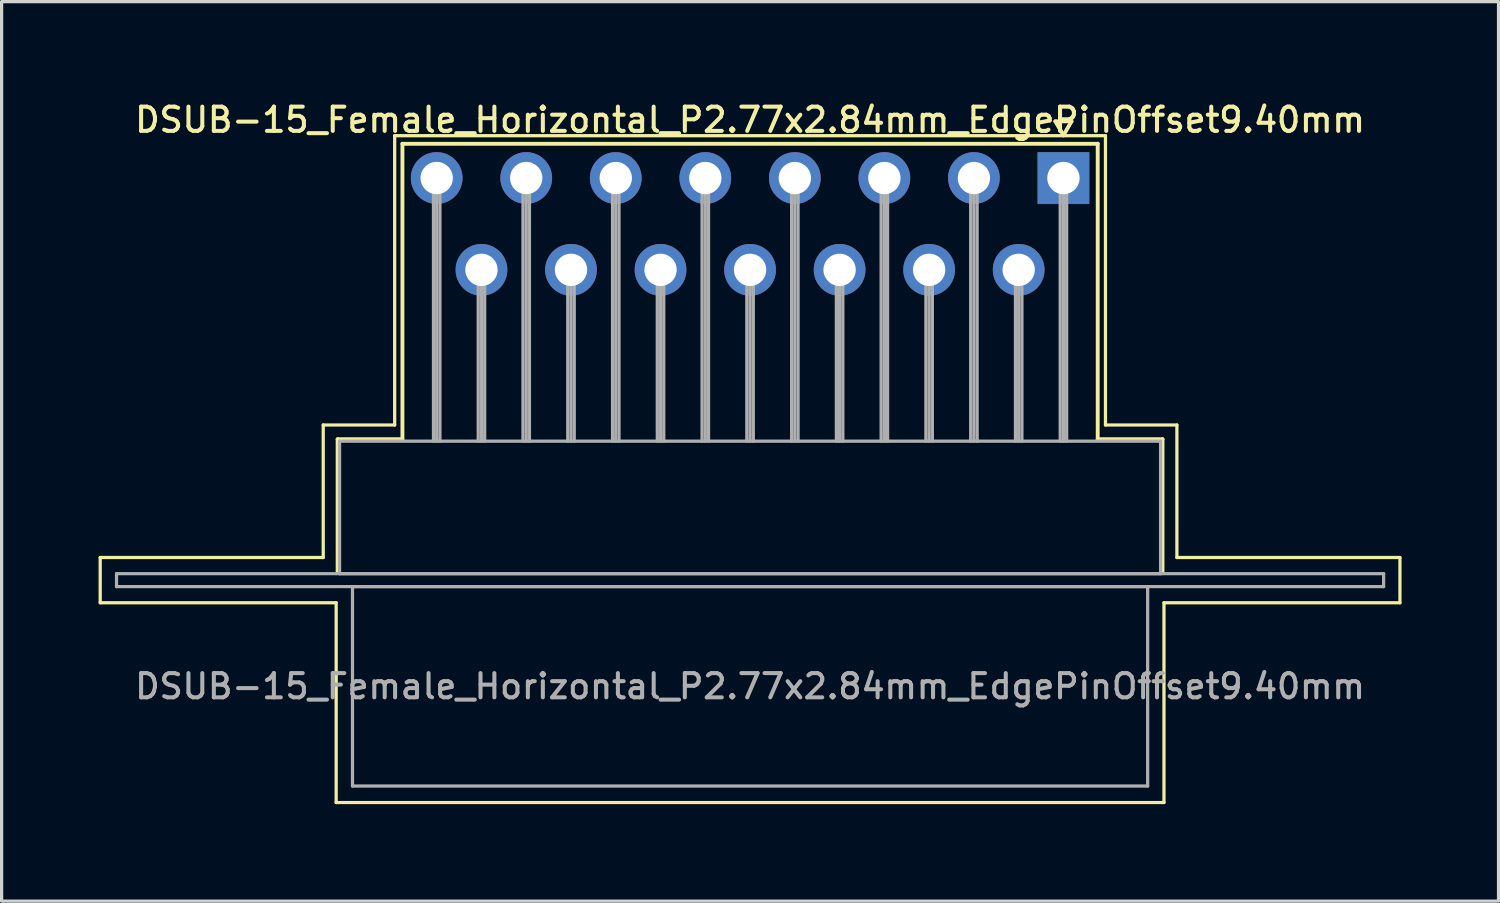
<source format=kicad_pcb>
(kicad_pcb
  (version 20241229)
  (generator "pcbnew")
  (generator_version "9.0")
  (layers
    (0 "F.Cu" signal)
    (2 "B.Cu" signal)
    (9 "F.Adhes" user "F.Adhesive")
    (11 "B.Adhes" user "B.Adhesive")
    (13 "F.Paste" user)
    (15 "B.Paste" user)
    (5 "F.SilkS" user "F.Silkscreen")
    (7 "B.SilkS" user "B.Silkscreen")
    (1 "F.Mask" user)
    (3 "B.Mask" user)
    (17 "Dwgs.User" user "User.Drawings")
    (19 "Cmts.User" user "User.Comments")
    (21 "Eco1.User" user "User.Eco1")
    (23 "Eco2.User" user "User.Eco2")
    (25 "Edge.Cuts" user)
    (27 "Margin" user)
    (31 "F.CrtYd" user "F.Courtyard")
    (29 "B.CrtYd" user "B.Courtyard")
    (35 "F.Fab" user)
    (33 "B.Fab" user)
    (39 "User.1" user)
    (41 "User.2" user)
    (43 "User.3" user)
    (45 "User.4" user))
  (footprint "DSUB-15_Female_Horizontal_P2.77x2.84mm_EdgePinOffset9.40mm"
    (layer "F.Cu")
    (at 29.85 2.458)
    (property "Reference" "DSUB-15_Female_Horizontal_P2.77x2.84mm_EdgePinOffset9.40mm" (at -9.695 -1.8 0) (layer "F.SilkS") (effects (font (size 0.75 0.75) (thickness 0.125))))
    (attr through_hole)
    (fp_line (start -29.8 11.74) (end -22.9 11.74) (stroke (width 0.1) (type solid)) (layer "F.SilkS"))
    (fp_line (start -29.8 13.14) (end -29.8 11.74) (stroke (width 0.1) (type solid)) (layer "F.SilkS"))
    (fp_line (start -22.9 7.64) (end -20.69 7.64) (stroke (width 0.1) (type solid)) (layer "F.SilkS"))
    (fp_line (start -22.9 11.74) (end -22.9 7.64) (stroke (width 0.1) (type solid)) (layer "F.SilkS"))
    (fp_line (start -22.5 13.14) (end -29.8 13.14) (stroke (width 0.1) (type solid)) (layer "F.SilkS"))
    (fp_line (start -22.5 19.32) (end -22.5 13.14) (stroke (width 0.1) (type solid)) (layer "F.SilkS"))
    (fp_line (start -22.455 8.08) (end -20.45 8.08) (stroke (width 0.12) (type solid)) (layer "F.SilkS"))
    (fp_line (start -22.455 12.18) (end -22.455 8.08) (stroke (width 0.12) (type solid)) (layer "F.SilkS"))
    (fp_line (start -20.69 -1.31) (end 1.3 -1.31) (stroke (width 0.1) (type solid)) (layer "F.SilkS"))
    (fp_line (start -20.69 7.64) (end -20.69 -1.31) (stroke (width 0.1) (type solid)) (layer "F.SilkS"))
    (fp_line (start -20.45 -1.06) (end 1.06 -1.06) (stroke (width 0.12) (type solid)) (layer "F.SilkS"))
    (fp_line (start -20.45 8.08) (end -20.45 -1.06) (stroke (width 0.12) (type solid)) (layer "F.SilkS"))
    (fp_line (start -0.25 -1.754) (end 0.25 -1.754) (stroke (width 0.12) (type solid)) (layer "F.SilkS"))
    (fp_line (start 0 -1.321) (end -0.25 -1.754) (stroke (width 0.12) (type solid)) (layer "F.SilkS"))
    (fp_line (start 0.25 -1.754) (end 0 -1.321) (stroke (width 0.12) (type solid)) (layer "F.SilkS"))
    (fp_line (start 1.06 -1.06) (end 1.06 8.08) (stroke (width 0.12) (type solid)) (layer "F.SilkS"))
    (fp_line (start 1.06 8.08) (end 3.065 8.08) (stroke (width 0.12) (type solid)) (layer "F.SilkS"))
    (fp_line (start 1.3 -1.31) (end 1.3 7.64) (stroke (width 0.1) (type solid)) (layer "F.SilkS"))
    (fp_line (start 1.3 7.64) (end 3.51 7.64) (stroke (width 0.1) (type solid)) (layer "F.SilkS"))
    (fp_line (start 3.065 8.08) (end 3.065 12.18) (stroke (width 0.12) (type solid)) (layer "F.SilkS"))
    (fp_line (start 3.11 13.14) (end 3.11 19.32) (stroke (width 0.1) (type solid)) (layer "F.SilkS"))
    (fp_line (start 3.11 19.32) (end -22.5 19.32) (stroke (width 0.1) (type solid)) (layer "F.SilkS"))
    (fp_line (start 3.51 7.64) (end 3.51 11.74) (stroke (width 0.1) (type solid)) (layer "F.SilkS"))
    (fp_line (start 3.51 11.74) (end 10.41 11.74) (stroke (width 0.1) (type solid)) (layer "F.SilkS"))
    (fp_line (start 10.41 11.74) (end 10.41 13.14) (stroke (width 0.1) (type solid)) (layer "F.SilkS"))
    (fp_line (start 10.41 13.14) (end 3.11 13.14) (stroke (width 0.1) (type solid)) (layer "F.SilkS"))
    (fp_line (start -29.295 12.24) (end -29.295 12.64) (stroke (width 0.1) (type solid)) (layer "F.Fab"))
    (fp_line (start -29.295 12.64) (end 9.905 12.64) (stroke (width 0.1) (type solid)) (layer "F.Fab"))
    (fp_line (start -22.395 8.14) (end -22.395 12.24) (stroke (width 0.1) (type solid)) (layer "F.Fab"))
    (fp_line (start -22.395 12.24) (end 3.005 12.24) (stroke (width 0.1) (type solid)) (layer "F.Fab"))
    (fp_line (start -21.995 12.64) (end -21.995 18.81) (stroke (width 0.1) (type solid)) (layer "F.Fab"))
    (fp_line (start -21.995 18.81) (end 2.605 18.81) (stroke (width 0.1) (type solid)) (layer "F.Fab"))
    (fp_line (start -19.49 0) (end -19.49 8.14) (stroke (width 0.1) (type solid)) (layer "F.Fab"))
    (fp_line (start -19.39 0) (end -19.39 8.14) (stroke (width 0.1) (type solid)) (layer "F.Fab"))
    (fp_line (start -19.29 0) (end -19.29 8.14) (stroke (width 0.1) (type solid)) (layer "F.Fab"))
    (fp_line (start -18.105 2.84) (end -18.105 8.14) (stroke (width 0.1) (type solid)) (layer "F.Fab"))
    (fp_line (start -18.005 2.84) (end -18.005 8.14) (stroke (width 0.1) (type solid)) (layer "F.Fab"))
    (fp_line (start -17.905 2.84) (end -17.905 8.14) (stroke (width 0.1) (type solid)) (layer "F.Fab"))
    (fp_line (start -16.72 0) (end -16.72 8.14) (stroke (width 0.1) (type solid)) (layer "F.Fab"))
    (fp_line (start -16.62 0) (end -16.62 8.14) (stroke (width 0.1) (type solid)) (layer "F.Fab"))
    (fp_line (start -16.52 0) (end -16.52 8.14) (stroke (width 0.1) (type solid)) (layer "F.Fab"))
    (fp_line (start -15.335 2.84) (end -15.335 8.14) (stroke (width 0.1) (type solid)) (layer "F.Fab"))
    (fp_line (start -15.235 2.84) (end -15.235 8.14) (stroke (width 0.1) (type solid)) (layer "F.Fab"))
    (fp_line (start -15.135 2.84) (end -15.135 8.14) (stroke (width 0.1) (type solid)) (layer "F.Fab"))
    (fp_line (start -13.95 0) (end -13.95 8.14) (stroke (width 0.1) (type solid)) (layer "F.Fab"))
    (fp_line (start -13.85 0) (end -13.85 8.14) (stroke (width 0.1) (type solid)) (layer "F.Fab"))
    (fp_line (start -13.75 0) (end -13.75 8.14) (stroke (width 0.1) (type solid)) (layer "F.Fab"))
    (fp_line (start -12.565 2.84) (end -12.565 8.14) (stroke (width 0.1) (type solid)) (layer "F.Fab"))
    (fp_line (start -12.465 2.84) (end -12.465 8.14) (stroke (width 0.1) (type solid)) (layer "F.Fab"))
    (fp_line (start -12.365 2.84) (end -12.365 8.14) (stroke (width 0.1) (type solid)) (layer "F.Fab"))
    (fp_line (start -11.18 0) (end -11.18 8.14) (stroke (width 0.1) (type solid)) (layer "F.Fab"))
    (fp_line (start -11.08 0) (end -11.08 8.14) (stroke (width 0.1) (type solid)) (layer "F.Fab"))
    (fp_line (start -10.98 0) (end -10.98 8.14) (stroke (width 0.1) (type solid)) (layer "F.Fab"))
    (fp_line (start -9.795 2.84) (end -9.795 8.14) (stroke (width 0.1) (type solid)) (layer "F.Fab"))
    (fp_line (start -9.695 2.84) (end -9.695 8.14) (stroke (width 0.1) (type solid)) (layer "F.Fab"))
    (fp_line (start -9.595 2.84) (end -9.595 8.14) (stroke (width 0.1) (type solid)) (layer "F.Fab"))
    (fp_line (start -8.41 0) (end -8.41 8.14) (stroke (width 0.1) (type solid)) (layer "F.Fab"))
    (fp_line (start -8.31 0) (end -8.31 8.14) (stroke (width 0.1) (type solid)) (layer "F.Fab"))
    (fp_line (start -8.21 0) (end -8.21 8.14) (stroke (width 0.1) (type solid)) (layer "F.Fab"))
    (fp_line (start -7.025 2.84) (end -7.025 8.14) (stroke (width 0.1) (type solid)) (layer "F.Fab"))
    (fp_line (start -6.925 2.84) (end -6.925 8.14) (stroke (width 0.1) (type solid)) (layer "F.Fab"))
    (fp_line (start -6.825 2.84) (end -6.825 8.14) (stroke (width 0.1) (type solid)) (layer "F.Fab"))
    (fp_line (start -5.64 0) (end -5.64 8.14) (stroke (width 0.1) (type solid)) (layer "F.Fab"))
    (fp_line (start -5.54 0) (end -5.54 8.14) (stroke (width 0.1) (type solid)) (layer "F.Fab"))
    (fp_line (start -5.44 0) (end -5.44 8.14) (stroke (width 0.1) (type solid)) (layer "F.Fab"))
    (fp_line (start -4.255 2.84) (end -4.255 8.14) (stroke (width 0.1) (type solid)) (layer "F.Fab"))
    (fp_line (start -4.155 2.84) (end -4.155 8.14) (stroke (width 0.1) (type solid)) (layer "F.Fab"))
    (fp_line (start -4.055 2.84) (end -4.055 8.14) (stroke (width 0.1) (type solid)) (layer "F.Fab"))
    (fp_line (start -2.87 0) (end -2.87 8.14) (stroke (width 0.1) (type solid)) (layer "F.Fab"))
    (fp_line (start -2.77 0) (end -2.77 8.14) (stroke (width 0.1) (type solid)) (layer "F.Fab"))
    (fp_line (start -2.67 0) (end -2.67 8.14) (stroke (width 0.1) (type solid)) (layer "F.Fab"))
    (fp_line (start -1.485 2.84) (end -1.485 8.14) (stroke (width 0.1) (type solid)) (layer "F.Fab"))
    (fp_line (start -1.385 2.84) (end -1.385 8.14) (stroke (width 0.1) (type solid)) (layer "F.Fab"))
    (fp_line (start -1.285 2.84) (end -1.285 8.14) (stroke (width 0.1) (type solid)) (layer "F.Fab"))
    (fp_line (start -0.1 0) (end -0.1 8.14) (stroke (width 0.1) (type solid)) (layer "F.Fab"))
    (fp_line (start 0 0) (end 0 8.14) (stroke (width 0.1) (type solid)) (layer "F.Fab"))
    (fp_line (start 0.1 0) (end 0.1 8.14) (stroke (width 0.1) (type solid)) (layer "F.Fab"))
    (fp_line (start 2.605 12.64) (end -21.995 12.64) (stroke (width 0.1) (type solid)) (layer "F.Fab"))
    (fp_line (start 2.605 18.81) (end 2.605 12.64) (stroke (width 0.1) (type solid)) (layer "F.Fab"))
    (fp_line (start 3.005 8.14) (end -22.395 8.14) (stroke (width 0.1) (type solid)) (layer "F.Fab"))
    (fp_line (start 3.005 12.24) (end 3.005 8.14) (stroke (width 0.1) (type solid)) (layer "F.Fab"))
    (fp_line (start 9.905 12.24) (end -29.295 12.24) (stroke (width 0.1) (type solid)) (layer "F.Fab"))
    (fp_line (start 9.905 12.64) (end 9.905 12.24) (stroke (width 0.1) (type solid)) (layer "F.Fab"))
    (fp_text user "${REFERENCE}" (at -9.695 15.725 0) (layer "F.Fab") (effects (font (size 0.75 0.75) (thickness 0.125))))
    (pad "1" thru_hole rect (at 0 0) (size 1.6 1.6) (drill 1) (layers "*.Cu" "*.Mask"))
    (pad "2" thru_hole circle (at -2.77 0) (size 1.6 1.6) (drill 1) (layers "*.Cu" "*.Mask"))
    (pad "3" thru_hole circle (at -5.54 0) (size 1.6 1.6) (drill 1) (layers "*.Cu" "*.Mask"))
    (pad "4" thru_hole circle (at -8.31 0) (size 1.6 1.6) (drill 1) (layers "*.Cu" "*.Mask"))
    (pad "5" thru_hole circle (at -11.08 0) (size 1.6 1.6) (drill 1) (layers "*.Cu" "*.Mask"))
    (pad "6" thru_hole circle (at -13.85 0) (size 1.6 1.6) (drill 1) (layers "*.Cu" "*.Mask"))
    (pad "7" thru_hole circle (at -16.62 0) (size 1.6 1.6) (drill 1) (layers "*.Cu" "*.Mask"))
    (pad "8" thru_hole circle (at -19.39 0) (size 1.6 1.6) (drill 1) (layers "*.Cu" "*.Mask"))
    (pad "9" thru_hole circle (at -1.385 2.84) (size 1.6 1.6) (drill 1) (layers "*.Cu" "*.Mask"))
    (pad "10" thru_hole circle (at -4.155 2.84) (size 1.6 1.6) (drill 1) (layers "*.Cu" "*.Mask"))
    (pad "11" thru_hole circle (at -6.925 2.84) (size 1.6 1.6) (drill 1) (layers "*.Cu" "*.Mask"))
    (pad "12" thru_hole circle (at -9.695 2.84) (size 1.6 1.6) (drill 1) (layers "*.Cu" "*.Mask"))
    (pad "13" thru_hole circle (at -12.465 2.84) (size 1.6 1.6) (drill 1) (layers "*.Cu" "*.Mask"))
    (pad "14" thru_hole circle (at -15.235 2.84) (size 1.6 1.6) (drill 1) (layers "*.Cu" "*.Mask"))
    (pad "15" thru_hole circle (at -18.005 2.84) (size 1.6 1.6) (drill 1) (layers "*.Cu" "*.Mask")))
  (gr_rect
    (start -3 -3)
    (end 43.31 24.828)
    (stroke (width 0.1) (type default))
    (fill no)
    (layer "Edge.Cuts")))
</source>
